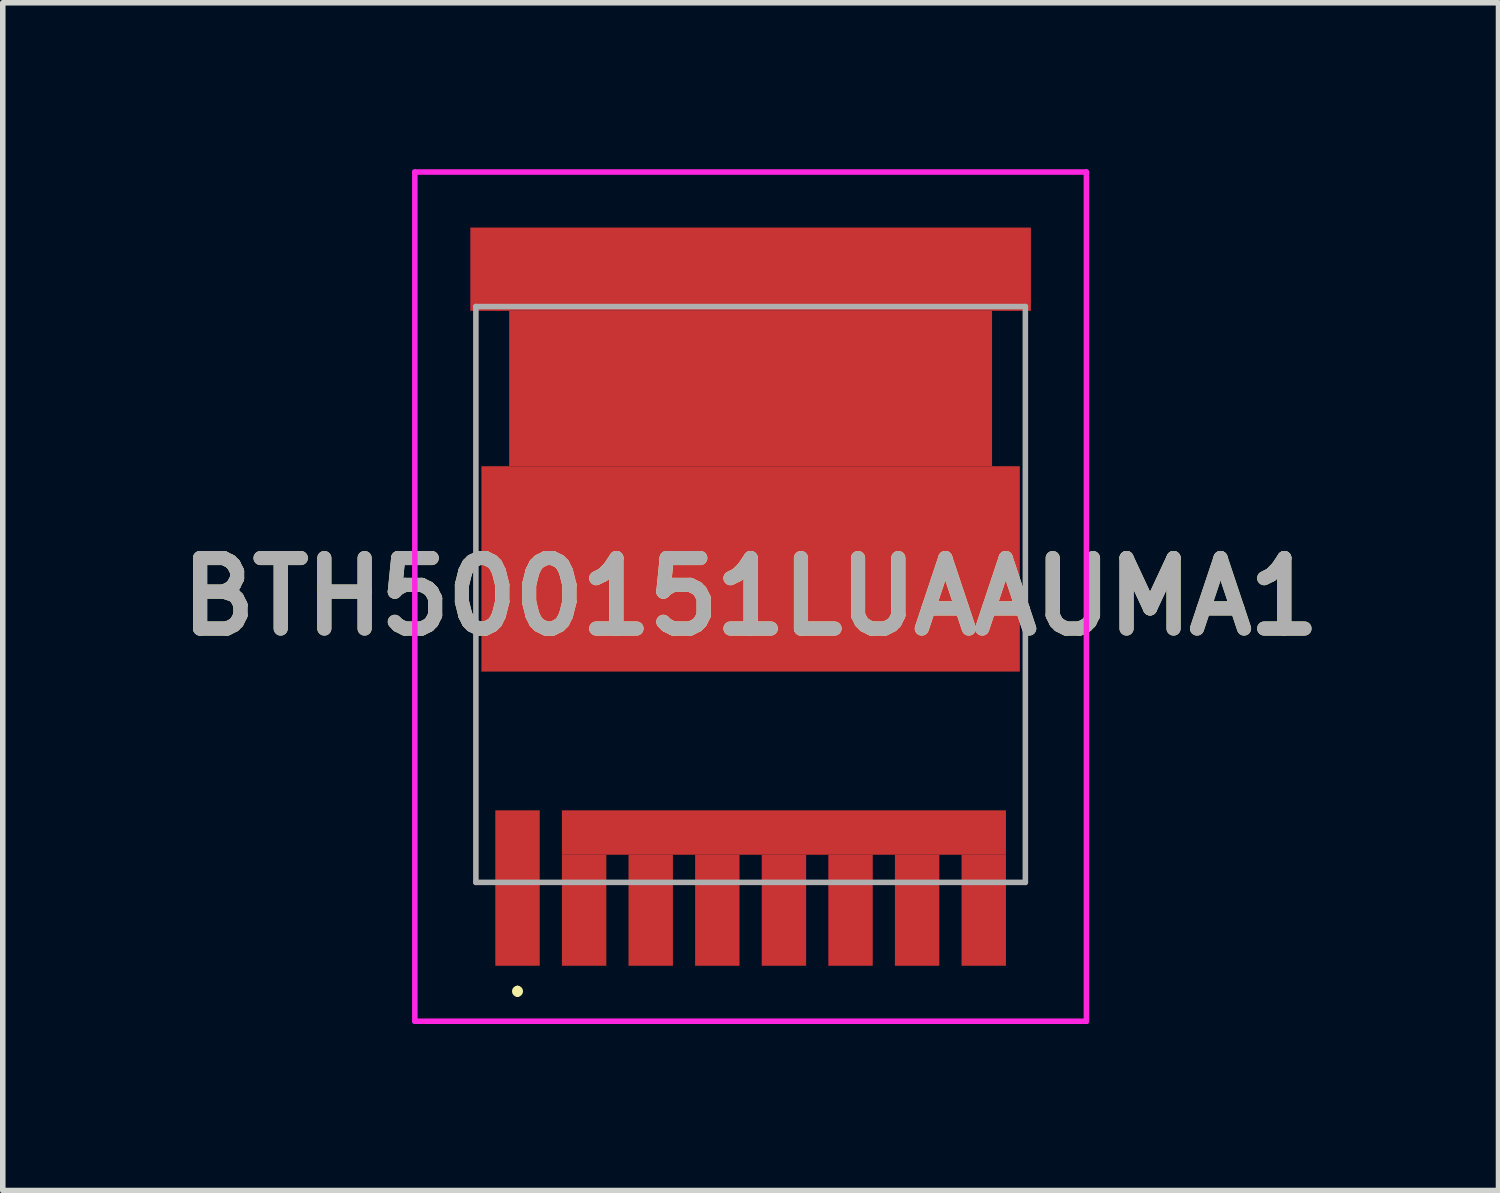
<source format=kicad_pcb>
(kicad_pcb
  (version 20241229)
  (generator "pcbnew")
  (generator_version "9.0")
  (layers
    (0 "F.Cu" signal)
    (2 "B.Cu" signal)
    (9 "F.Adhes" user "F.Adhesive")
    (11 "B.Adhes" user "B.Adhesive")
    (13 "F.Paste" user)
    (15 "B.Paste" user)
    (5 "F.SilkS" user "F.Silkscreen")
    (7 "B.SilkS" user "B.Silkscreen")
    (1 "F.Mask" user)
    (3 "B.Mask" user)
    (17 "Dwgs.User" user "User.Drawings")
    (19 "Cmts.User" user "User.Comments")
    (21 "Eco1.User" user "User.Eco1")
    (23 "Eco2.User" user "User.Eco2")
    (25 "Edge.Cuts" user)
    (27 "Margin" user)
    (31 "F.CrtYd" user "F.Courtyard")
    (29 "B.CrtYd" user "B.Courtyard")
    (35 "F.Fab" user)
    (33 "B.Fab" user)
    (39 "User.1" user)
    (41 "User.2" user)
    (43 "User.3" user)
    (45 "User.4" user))
  (footprint "BTH500151LUAAUMA1"
    (layer "F.Cu")
    (at 10.474 7.7)
    (property "Reference" "BTH500151LUAAUMA1" (at 0 0 0) (layer "F.SilkS") (effects (font (size 1.27 1.27) (thickness 0.254))))
    (attr smd)
    (fp_line (start -4.2 7.06) (end -4.2 7.06) (stroke (width 0.1) (type solid)) (layer "F.SilkS"))
    (fp_line (start -4.2 7.16) (end -4.2 7.16) (stroke (width 0.1) (type solid)) (layer "F.SilkS"))
    (fp_arc (start -4.2 7.06) (mid -4.15 7.11) (end -4.2 7.16) (stroke (width 0.1) (type solid)) (layer "F.SilkS"))
    (fp_arc (start -4.2 7.16) (mid -4.25 7.11) (end -4.2 7.06) (stroke (width 0.1) (type solid)) (layer "F.SilkS"))
    (fp_line (start -6.05 -7.65) (end 6.05 -7.65) (stroke (width 0.1) (type solid)) (layer "F.CrtYd"))
    (fp_line (start -6.05 7.65) (end -6.05 -7.65) (stroke (width 0.1) (type solid)) (layer "F.CrtYd"))
    (fp_line (start 6.05 -7.65) (end 6.05 7.65) (stroke (width 0.1) (type solid)) (layer "F.CrtYd"))
    (fp_line (start 6.05 7.65) (end -6.05 7.65) (stroke (width 0.1) (type solid)) (layer "F.CrtYd"))
    (fp_line (start -4.95 -5.227) (end 4.95 -5.227) (stroke (width 0.1) (type solid)) (layer "F.Fab"))
    (fp_line (start -4.95 5.148) (end -4.95 -5.227) (stroke (width 0.1) (type solid)) (layer "F.Fab"))
    (fp_line (start 4.95 -5.227) (end 4.95 5.148) (stroke (width 0.1) (type solid)) (layer "F.Fab"))
    (fp_line (start 4.95 5.148) (end -4.95 5.148) (stroke (width 0.1) (type solid)) (layer "F.Fab"))
    (fp_text user "${REFERENCE}" (at 0 0 0) (layer "F.Fab") (effects (font (size 1.27 1.27) (thickness 0.254))))
    (pad "1" smd rect (at -4.2 5.25) (size 0.8 2.8) (layers "F.Cu" "F.Mask" "F.Paste"))
    (pad "2" smd rect (at -3 5.65) (size 0.8 2) (layers "F.Cu" "F.Mask" "F.Paste"))
    (pad "3" smd rect (at -1.8 5.65) (size 0.8 2) (layers "F.Cu" "F.Mask" "F.Paste"))
    (pad "4" smd rect (at -0.6 5.65) (size 0.8 2) (layers "F.Cu" "F.Mask" "F.Paste"))
    (pad "5" smd rect (at 0.6 5.65) (size 0.8 2) (layers "F.Cu" "F.Mask" "F.Paste"))
    (pad "6" smd rect (at 1.8 5.65) (size 0.8 2) (layers "F.Cu" "F.Mask" "F.Paste"))
    (pad "7" smd rect (at 3 5.65) (size 0.8 2) (layers "F.Cu" "F.Mask" "F.Paste"))
    (pad "8" smd rect (at 4.2 5.65) (size 0.8 2) (layers "F.Cu" "F.Mask" "F.Paste"))
    (pad "9" smd rect (at 0 -5.9 90) (size 1.5 10.1) (layers "F.Cu" "F.Mask" "F.Paste"))
    (pad "10" smd rect (at 0 -3.75 90) (size 2.8 8.7) (layers "F.Cu" "F.Mask" "F.Paste"))
    (pad "11" smd rect (at 0 -0.5 90) (size 3.7 9.7) (layers "F.Cu" "F.Mask" "F.Paste"))
    (pad "12" smd rect (at 0.6 4.25 90) (size 0.8 8) (layers "F.Cu" "F.Mask" "F.Paste")))
  (gr_rect
    (start -3 -3)
    (end 23.949 18.4)
    (stroke (width 0.1) (type default))
    (fill no)
    (layer "Edge.Cuts")))
</source>
